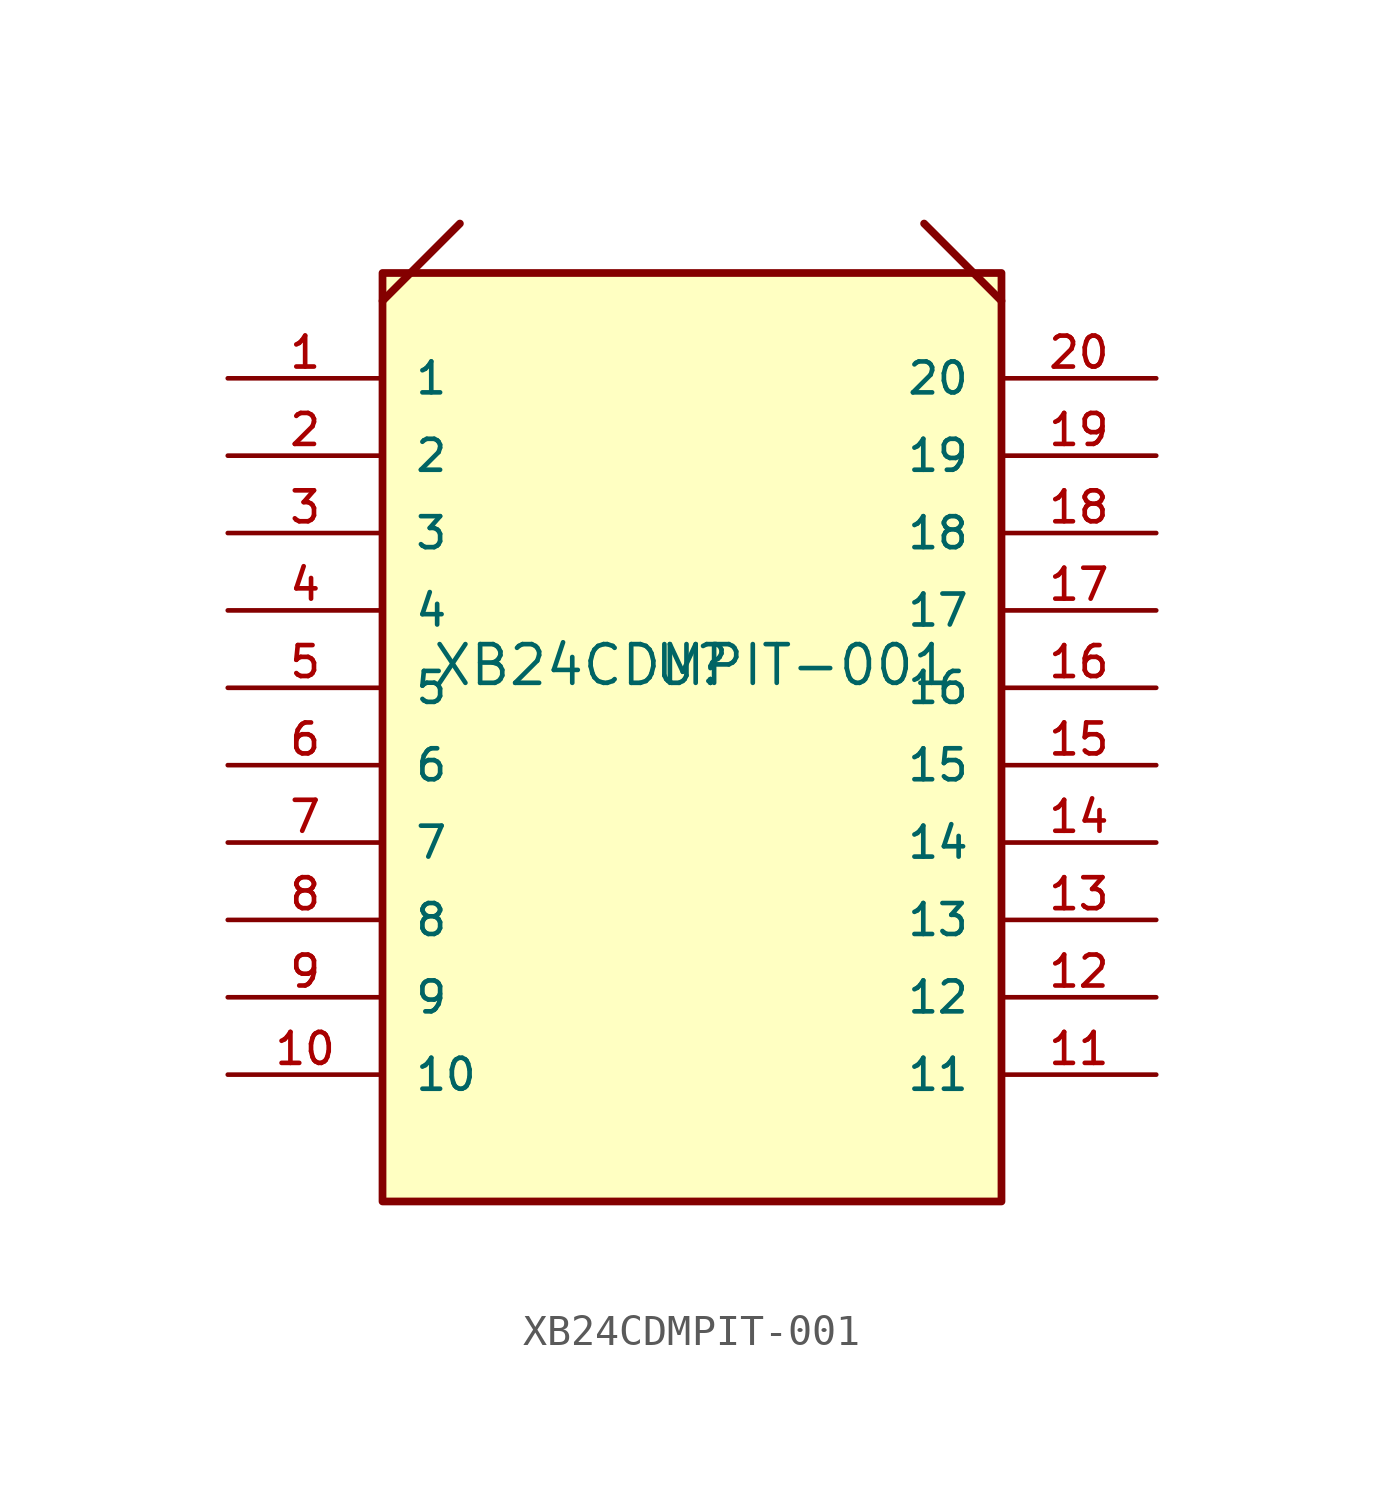
<source format=kicad_sym>
(kicad_symbol_lib
  (version 20211014)
  (generator kicad_symbol_editor)
  (symbol "XB24CDMPIT-001"
    (pin_names
      (offset 1.016))
    (property "Reference" "U"
      (at 0 0 0)
      (effects (font (size 1.27 1.27)) (justify bottom)))
    (property "Value" "XB24CDMPIT-001"
      (at 0 0.0 0)
      (effects (font (size 1.27 1.27)) (justify bottom)))
    (symbol "XB24CDMPIT-001_0_0"
      (polyline (pts (xy -10.16 12.7) (xy -7.62 15.24)) (stroke (width 0.254)))
      (polyline (pts (xy 7.62 15.24) (xy 10.16 12.7)) (stroke (width 0.254)))
      (rectangle (start -10.16 -16.863) (end 10.16 13.617) (stroke (width 0.254)) (fill (type background)))
      (pin bidirectional line (at -15.24 10.16 0) (length 5.08) (name "1" (effects (font (size 1.016 1.016)))) (number "1" (effects (font (size 1.016 1.016)))))
      (pin bidirectional line (at -15.24 7.62 0) (length 5.08) (name "2" (effects (font (size 1.016 1.016)))) (number "2" (effects (font (size 1.016 1.016)))))
      (pin bidirectional line (at -15.24 5.08 0) (length 5.08) (name "3" (effects (font (size 1.016 1.016)))) (number "3" (effects (font (size 1.016 1.016)))))
      (pin bidirectional line (at -15.24 2.54 0) (length 5.08) (name "4" (effects (font (size 1.016 1.016)))) (number "4" (effects (font (size 1.016 1.016)))))
      (pin bidirectional line (at -15.24 0.0 0) (length 5.08) (name "5" (effects (font (size 1.016 1.016)))) (number "5" (effects (font (size 1.016 1.016)))))
      (pin bidirectional line (at -15.24 -2.54 0) (length 5.08) (name "6" (effects (font (size 1.016 1.016)))) (number "6" (effects (font (size 1.016 1.016)))))
      (pin bidirectional line (at -15.24 -5.08 0) (length 5.08) (name "7" (effects (font (size 1.016 1.016)))) (number "7" (effects (font (size 1.016 1.016)))))
      (pin bidirectional line (at -15.24 -7.62 0) (length 5.08) (name "8" (effects (font (size 1.016 1.016)))) (number "8" (effects (font (size 1.016 1.016)))))
      (pin bidirectional line (at -15.24 -10.16 0) (length 5.08) (name "9" (effects (font (size 1.016 1.016)))) (number "9" (effects (font (size 1.016 1.016)))))
      (pin bidirectional line (at -15.24 -12.7 0) (length 5.08) (name "10" (effects (font (size 1.016 1.016)))) (number "10" (effects (font (size 1.016 1.016)))))
      (pin bidirectional line (at 15.24 -12.7 180.0) (length 5.08) (name "11" (effects (font (size 1.016 1.016)))) (number "11" (effects (font (size 1.016 1.016)))))
      (pin bidirectional line (at 15.24 -10.16 180.0) (length 5.08) (name "12" (effects (font (size 1.016 1.016)))) (number "12" (effects (font (size 1.016 1.016)))))
      (pin bidirectional line (at 15.24 -7.62 180.0) (length 5.08) (name "13" (effects (font (size 1.016 1.016)))) (number "13" (effects (font (size 1.016 1.016)))))
      (pin bidirectional line (at 15.24 -5.08 180.0) (length 5.08) (name "14" (effects (font (size 1.016 1.016)))) (number "14" (effects (font (size 1.016 1.016)))))
      (pin bidirectional line (at 15.24 -2.54 180.0) (length 5.08) (name "15" (effects (font (size 1.016 1.016)))) (number "15" (effects (font (size 1.016 1.016)))))
      (pin bidirectional line (at 15.24 0.0 180.0) (length 5.08) (name "16" (effects (font (size 1.016 1.016)))) (number "16" (effects (font (size 1.016 1.016)))))
      (pin bidirectional line (at 15.24 2.54 180.0) (length 5.08) (name "17" (effects (font (size 1.016 1.016)))) (number "17" (effects (font (size 1.016 1.016)))))
      (pin bidirectional line (at 15.24 5.08 180.0) (length 5.08) (name "18" (effects (font (size 1.016 1.016)))) (number "18" (effects (font (size 1.016 1.016)))))
      (pin bidirectional line (at 15.24 7.62 180.0) (length 5.08) (name "19" (effects (font (size 1.016 1.016)))) (number "19" (effects (font (size 1.016 1.016)))))
      (pin bidirectional line (at 15.24 10.16 180.0) (length 5.08) (name "20" (effects (font (size 1.016 1.016)))) (number "20" (effects (font (size 1.016 1.016))))))))
</source>
